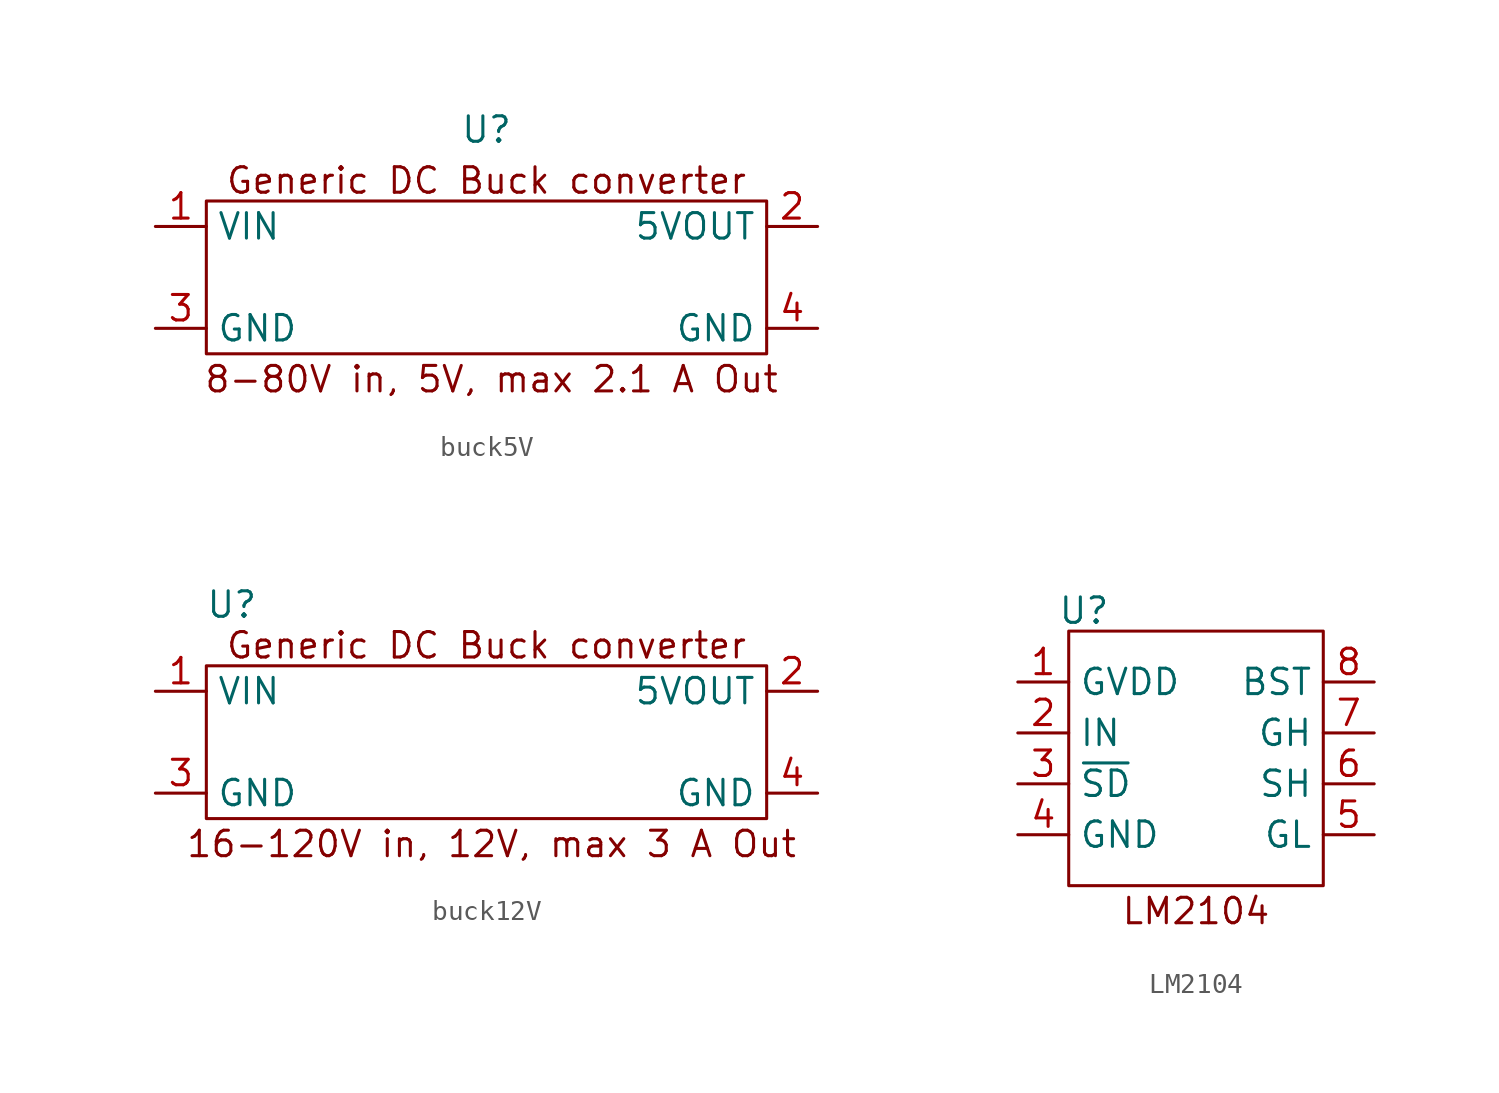
<source format=kicad_sym>
(kicad_symbol_lib
  (version 20241209)
  (generator "kicad_symbol_editor")
  (generator_version "9.0")
  (symbol "buck5V"
    (property "Reference" "U"
      (at 0 7.366 0)
      (effects (font (size 1.27 1.27))))
    (property "Value" ""
      (at 0 0 0)
      (effects (font (size 1.27 1.27))))
    (symbol "buck5V_0_1"
      (rectangle (start -13.97 3.81) (end 13.97 -3.81) (stroke (width 0) (type default)) (fill (type none))))
    (symbol "buck5V_1_1"
      (text "Generic DC Buck converter" (at 0 4.826 0) (effects (font (size 1.27 1.27))))
      (text "8-80V in, 5V, max 2.1 A Out" (at 0.254 -5.08 0) (effects (font (size 1.27 1.27))))
      (pin input line (at -16.51 2.54 0) (length 2.54) (name "VIN" (effects (font (size 1.27 1.27)))) (number "1" (effects (font (size 1.27 1.27)))))
      (pin input line (at -16.51 -2.54 0) (length 2.54) (name "GND" (effects (font (size 1.27 1.27)))) (number "3" (effects (font (size 1.27 1.27)))))
      (pin power_out line (at 16.51 2.54 180) (length 2.54) (name "5VOUT" (effects (font (size 1.27 1.27)))) (number "2" (effects (font (size 1.27 1.27)))))
      (pin input line (at 16.51 -2.54 180) (length 2.54) (name "GND" (effects (font (size 1.27 1.27)))) (number "4" (effects (font (size 1.27 1.27)))))))
  (symbol "buck12V"
    (property "Reference" "U"
      (at -13.97 6.858 0)
      (effects (font (size 1.27 1.27))))
    (property "Value" ""
      (at 0 0 0)
      (effects (font (size 1.27 1.27))))
    (symbol "buck12V_0_1"
      (rectangle (start -15.24 3.81) (end 12.7 -3.81) (stroke (width 0) (type default)) (fill (type none))))
    (symbol "buck12V_1_1"
      (text "Generic DC Buck converter" (at -1.27 4.826 0) (effects (font (size 1.27 1.27))))
      (text "16-120V in, 12V, max 3 A Out" (at -1.016 -5.08 0) (effects (font (size 1.27 1.27))))
      (pin input line (at -17.78 2.54 0) (length 2.54) (name "VIN" (effects (font (size 1.27 1.27)))) (number "1" (effects (font (size 1.27 1.27)))))
      (pin input line (at -17.78 -2.54 0) (length 2.54) (name "GND" (effects (font (size 1.27 1.27)))) (number "3" (effects (font (size 1.27 1.27)))))
      (pin power_out line (at 15.24 2.54 180) (length 2.54) (name "5VOUT" (effects (font (size 1.27 1.27)))) (number "2" (effects (font (size 1.27 1.27)))))
      (pin input line (at 15.24 -2.54 180) (length 2.54) (name "GND" (effects (font (size 1.27 1.27)))) (number "4" (effects (font (size 1.27 1.27)))))))
  (symbol "LM2104"
    (property "Reference" "U"
      (at -5.588 7.366 0)
      (effects (font (size 1.27 1.27))))
    (property "Value" ""
      (at 0 0 0)
      (effects (font (size 1.27 1.27))))
    (symbol "LM2104_0_1"
      (rectangle (start -6.35 6.35) (end 6.35 -6.35) (stroke (width 0) (type default)) (fill (type none))))
    (symbol "LM2104_1_1"
      (text "LM2104" (at 0 -7.62 0) (effects (font (size 1.27 1.27))))
      (pin input line (at -8.89 3.81 0) (length 2.54) (name "GVDD" (effects (font (size 1.27 1.27)))) (number "1" (effects (font (size 1.27 1.27)))))
      (pin input line (at -8.89 1.27 0) (length 2.54) (name "IN" (effects (font (size 1.27 1.27)))) (number "2" (effects (font (size 1.27 1.27)))))
      (pin input line (at -8.89 -1.27 0) (length 2.54) (name "~{SD}" (effects (font (size 1.27 1.27)))) (number "3" (effects (font (size 1.27 1.27)))))
      (pin input line (at -8.89 -3.81 0) (length 2.54) (name "GND" (effects (font (size 1.27 1.27)))) (number "4" (effects (font (size 1.27 1.27)))))
      (pin input line (at 8.89 3.81 180) (length 2.54) (name "BST" (effects (font (size 1.27 1.27)))) (number "8" (effects (font (size 1.27 1.27)))))
      (pin input line (at 8.89 1.27 180) (length 2.54) (name "GH" (effects (font (size 1.27 1.27)))) (number "7" (effects (font (size 1.27 1.27)))))
      (pin input line (at 8.89 -1.27 180) (length 2.54) (name "SH" (effects (font (size 1.27 1.27)))) (number "6" (effects (font (size 1.27 1.27)))))
      (pin input line (at 8.89 -3.81 180) (length 2.54) (name "GL" (effects (font (size 1.27 1.27)))) (number "5" (effects (font (size 1.27 1.27))))))))
</source>
